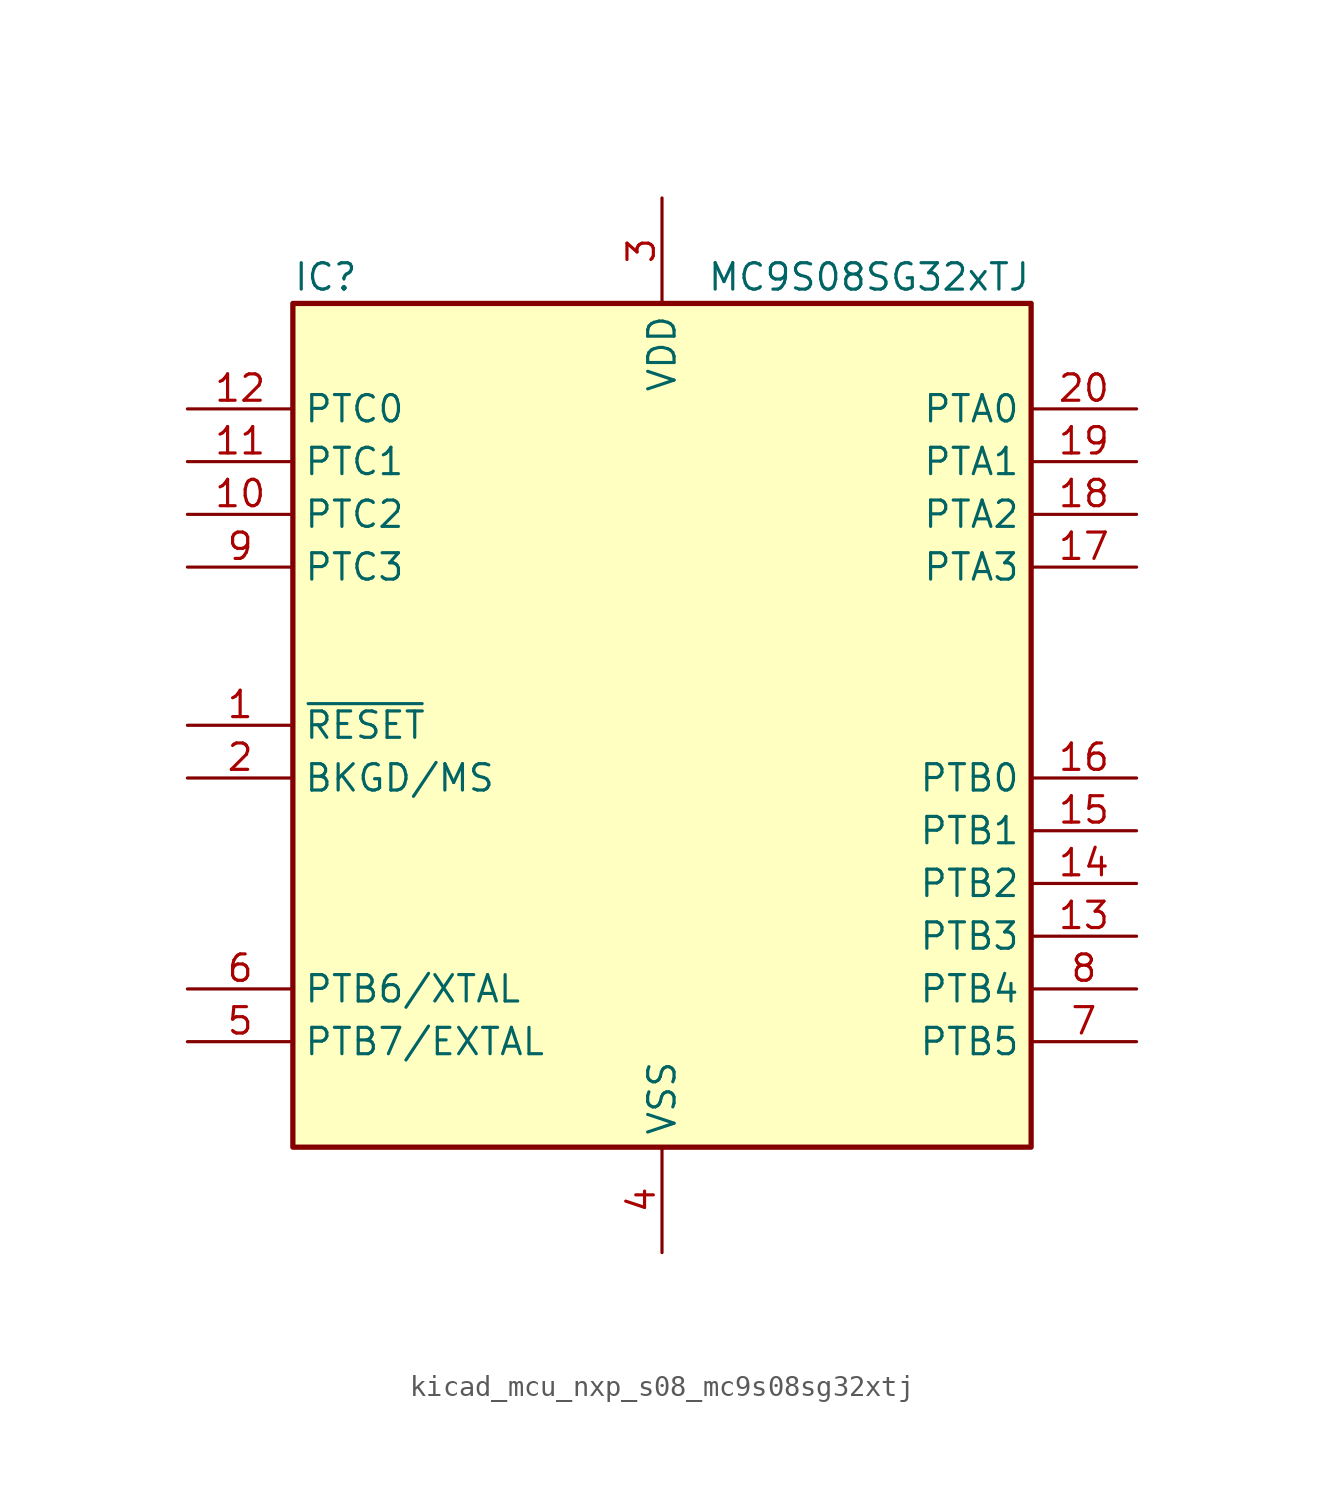
<source format=kicad_sym>
(kicad_symbol_lib
  (version 20220914)
  (generator kicad_symbol_editor)
  (symbol "kicad_mcu_nxp_s08_mc9s08sg32xtj"
    (property "Reference" "IC"
      (at -17.78 21.59 0)
      (effects (font (size 1.27 1.27)) (justify left)))
    (property "Value" "MC9S08SG32xTJ"
      (at 17.78 21.59 0)
      (effects (font (size 1.27 1.27)) (justify right)))
    (symbol "kicad_mcu_nxp_s08_mc9s08sg32xtj_0_1"
      (rectangle (start -17.78 20.32) (end 17.78 -20.32) (stroke (width 0.254) (type default)) (fill (type background))))
    (symbol "kicad_mcu_nxp_s08_mc9s08sg32xtj_1_1"
      (pin input line (at -22.86 0 0) (length 5.08) (name "~{RESET}" (effects (font (size 1.27 1.27)))) (number "1" (effects (font (size 1.27 1.27)))))
      (pin bidirectional line (at -22.86 10.16 0) (length 5.08) (name "PTC2" (effects (font (size 1.27 1.27)))) (number "10" (effects (font (size 1.27 1.27)))))
      (pin bidirectional line (at -22.86 12.7 0) (length 5.08) (name "PTC1" (effects (font (size 1.27 1.27)))) (number "11" (effects (font (size 1.27 1.27)))))
      (pin bidirectional line (at -22.86 15.24 0) (length 5.08) (name "PTC0" (effects (font (size 1.27 1.27)))) (number "12" (effects (font (size 1.27 1.27)))))
      (pin bidirectional line (at 22.86 -10.16 180) (length 5.08) (name "PTB3" (effects (font (size 1.27 1.27)))) (number "13" (effects (font (size 1.27 1.27)))))
      (pin bidirectional line (at 22.86 -7.62 180) (length 5.08) (name "PTB2" (effects (font (size 1.27 1.27)))) (number "14" (effects (font (size 1.27 1.27)))))
      (pin bidirectional line (at 22.86 -5.08 180) (length 5.08) (name "PTB1" (effects (font (size 1.27 1.27)))) (number "15" (effects (font (size 1.27 1.27)))))
      (pin bidirectional line (at 22.86 -2.54 180) (length 5.08) (name "PTB0" (effects (font (size 1.27 1.27)))) (number "16" (effects (font (size 1.27 1.27)))))
      (pin bidirectional line (at 22.86 7.62 180) (length 5.08) (name "PTA3" (effects (font (size 1.27 1.27)))) (number "17" (effects (font (size 1.27 1.27)))))
      (pin bidirectional line (at 22.86 10.16 180) (length 5.08) (name "PTA2" (effects (font (size 1.27 1.27)))) (number "18" (effects (font (size 1.27 1.27)))))
      (pin bidirectional line (at 22.86 12.7 180) (length 5.08) (name "PTA1" (effects (font (size 1.27 1.27)))) (number "19" (effects (font (size 1.27 1.27)))))
      (pin bidirectional line (at -22.86 -2.54 0) (length 5.08) (name "BKGD/MS" (effects (font (size 1.27 1.27)))) (number "2" (effects (font (size 1.27 1.27)))))
      (pin bidirectional line (at 22.86 15.24 180) (length 5.08) (name "PTA0" (effects (font (size 1.27 1.27)))) (number "20" (effects (font (size 1.27 1.27)))))
      (pin power_in line (at 0 25.4 270) (length 5.08) (name "VDD" (effects (font (size 1.27 1.27)))) (number "3" (effects (font (size 1.27 1.27)))))
      (pin power_in line (at 0 -25.4 90) (length 5.08) (name "VSS" (effects (font (size 1.27 1.27)))) (number "4" (effects (font (size 1.27 1.27)))))
      (pin bidirectional line (at -22.86 -15.24 0) (length 5.08) (name "PTB7/EXTAL" (effects (font (size 1.27 1.27)))) (number "5" (effects (font (size 1.27 1.27)))))
      (pin bidirectional line (at -22.86 -12.7 0) (length 5.08) (name "PTB6/XTAL" (effects (font (size 1.27 1.27)))) (number "6" (effects (font (size 1.27 1.27)))))
      (pin bidirectional line (at 22.86 -15.24 180) (length 5.08) (name "PTB5" (effects (font (size 1.27 1.27)))) (number "7" (effects (font (size 1.27 1.27)))))
      (pin bidirectional line (at 22.86 -12.7 180) (length 5.08) (name "PTB4" (effects (font (size 1.27 1.27)))) (number "8" (effects (font (size 1.27 1.27)))))
      (pin bidirectional line (at -22.86 7.62 0) (length 5.08) (name "PTC3" (effects (font (size 1.27 1.27)))) (number "9" (effects (font (size 1.27 1.27))))))))
</source>
